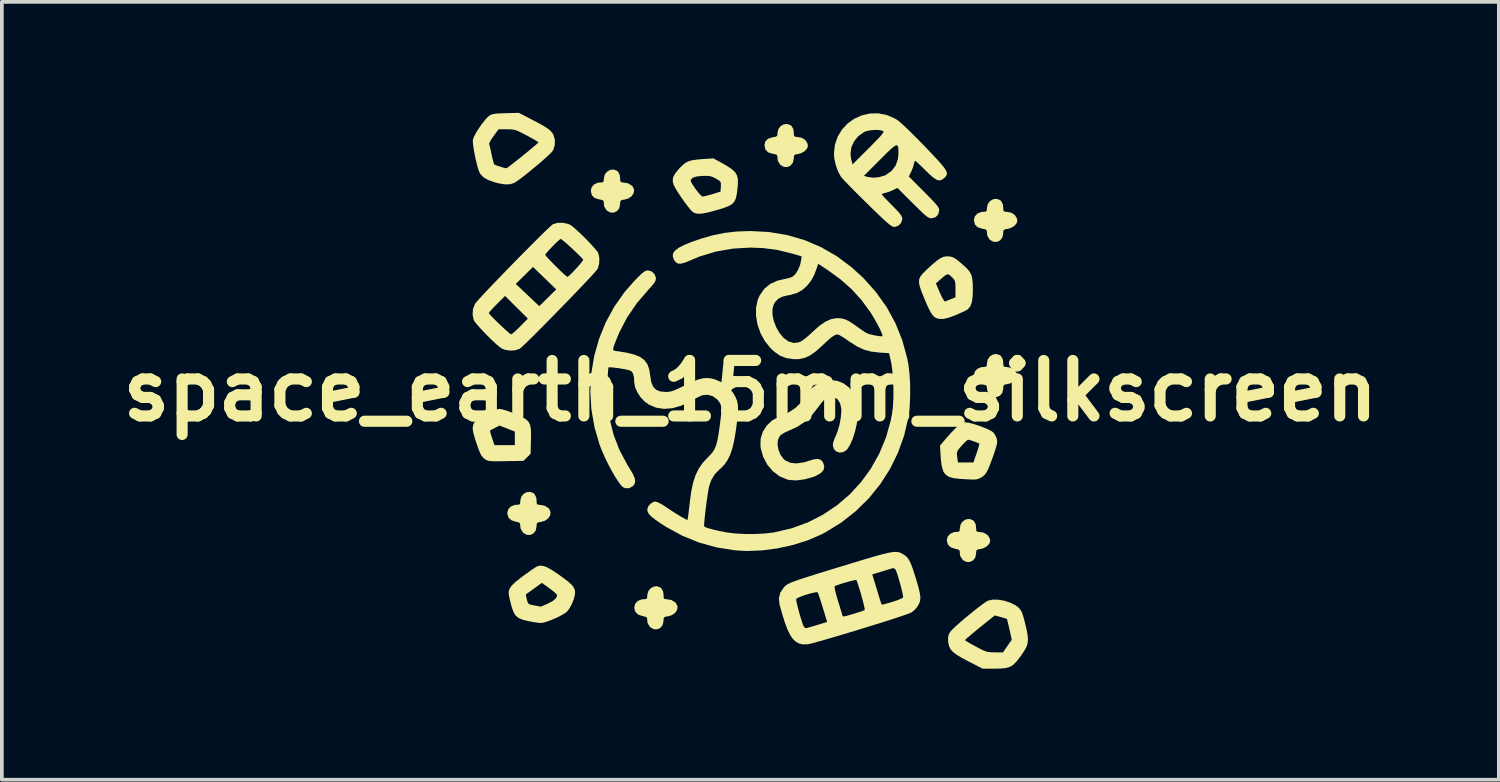
<source format=kicad_pcb>
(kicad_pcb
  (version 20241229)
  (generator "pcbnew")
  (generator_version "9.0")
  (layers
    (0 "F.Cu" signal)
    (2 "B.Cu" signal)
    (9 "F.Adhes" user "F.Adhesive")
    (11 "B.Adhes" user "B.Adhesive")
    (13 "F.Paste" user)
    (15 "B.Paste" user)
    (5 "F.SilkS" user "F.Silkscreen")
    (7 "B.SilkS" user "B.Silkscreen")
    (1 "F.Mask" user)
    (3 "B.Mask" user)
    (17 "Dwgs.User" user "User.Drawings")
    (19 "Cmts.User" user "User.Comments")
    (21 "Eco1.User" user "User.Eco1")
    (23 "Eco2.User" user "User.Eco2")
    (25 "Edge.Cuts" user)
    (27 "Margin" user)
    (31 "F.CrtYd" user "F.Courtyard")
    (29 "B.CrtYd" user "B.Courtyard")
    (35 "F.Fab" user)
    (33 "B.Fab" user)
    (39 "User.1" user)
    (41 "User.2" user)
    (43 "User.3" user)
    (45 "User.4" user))
  (footprint "space_earth_15mm_silkscreen"
    (layer "F.Cu")
    (at 17.229 7.513)
    (property "Reference" "space_earth_15mm_silkscreen" (at 0 0 0) (layer "F.SilkS") (effects (font (size 1.5 1.5) (thickness 0.3))))
    (attr board_only exclude_from_pos_files exclude_from_bom)
    (fp_poly (pts (xy -5.865 2.763) (xy -5.837 2.786) (xy -5.788 2.877) (xy -5.778 2.962) (xy -5.775 3.038) (xy -5.756 3.071) (xy -5.709 3.079) (xy -5.688 3.08) (xy -5.562 3.103) (xy -5.458 3.168) (xy -5.434 3.194) (xy -5.399 3.281) (xy -5.413 3.371) (xy -5.469 3.452) (xy -5.559 3.513) (xy -5.653 3.54) (xy -5.731 3.554) (xy -5.767 3.577) (xy -5.778 3.627) (xy -5.778 3.665) (xy -5.801 3.775) (xy -5.862 3.853) (xy -5.947 3.894) (xy -6.042 3.891) (xy -6.136 3.839) (xy -6.146 3.829) (xy -6.207 3.73) (xy -6.218 3.657) (xy -6.223 3.592) (xy -6.248 3.559) (xy -6.311 3.542) (xy -6.336 3.538) (xy -6.461 3.496) (xy -6.539 3.421) (xy -6.57 3.315) (xy -6.57 3.302) (xy -6.544 3.201) (xy -6.472 3.125) (xy -6.367 3.084) (xy -6.317 3.08) (xy -6.251 3.075) (xy -6.224 3.049) (xy -6.218 2.984) (xy -6.218 2.976) (xy -6.195 2.87) (xy -6.134 2.789) (xy -6.05 2.74) (xy -5.955 2.729)) (stroke (width 0) (type solid)) (fill yes) (layer "F.SilkS"))
    (fp_poly (pts (xy -3.606 -5.948) (xy -3.578 -5.925) (xy -3.529 -5.834) (xy -3.52 -5.749) (xy -3.516 -5.674) (xy -3.497 -5.64) (xy -3.45 -5.632) (xy -3.43 -5.631) (xy -3.303 -5.608) (xy -3.2 -5.543) (xy -3.176 -5.517) (xy -3.141 -5.43) (xy -3.155 -5.34) (xy -3.211 -5.259) (xy -3.301 -5.198) (xy -3.395 -5.171) (xy -3.473 -5.158) (xy -3.509 -5.134) (xy -3.519 -5.084) (xy -3.52 -5.046) (xy -3.543 -4.936) (xy -3.603 -4.858) (xy -3.688 -4.817) (xy -3.784 -4.82) (xy -3.877 -4.872) (xy -3.888 -4.882) (xy -3.949 -4.981) (xy -3.96 -5.055) (xy -3.963 -5.117) (xy -3.986 -5.15) (xy -4.042 -5.167) (xy -4.091 -5.175) (xy -4.21 -5.213) (xy -4.283 -5.285) (xy -4.311 -5.394) (xy -4.312 -5.416) (xy -4.285 -5.512) (xy -4.214 -5.586) (xy -4.111 -5.627) (xy -4.058 -5.631) (xy -3.992 -5.636) (xy -3.965 -5.662) (xy -3.96 -5.727) (xy -3.96 -5.735) (xy -3.936 -5.841) (xy -3.876 -5.922) (xy -3.791 -5.971) (xy -3.697 -5.982)) (stroke (width 0) (type solid)) (fill yes) (layer "F.SilkS"))
    (fp_poly (pts (xy -2.433 5.315) (xy -2.405 5.338) (xy -2.356 5.429) (xy -2.346 5.514) (xy -2.343 5.589) (xy -2.324 5.623) (xy -2.277 5.631) (xy -2.257 5.631) (xy -2.13 5.655) (xy -2.027 5.719) (xy -2.003 5.746) (xy -1.967 5.833) (xy -1.981 5.923) (xy -2.037 6.004) (xy -2.128 6.065) (xy -2.222 6.092) (xy -2.3 6.105) (xy -2.336 6.129) (xy -2.346 6.179) (xy -2.346 6.22) (xy -2.37 6.327) (xy -2.431 6.404) (xy -2.517 6.444) (xy -2.613 6.441) (xy -2.705 6.389) (xy -2.714 6.381) (xy -2.776 6.282) (xy -2.786 6.208) (xy -2.791 6.144) (xy -2.816 6.111) (xy -2.879 6.094) (xy -2.904 6.089) (xy -3.029 6.048) (xy -3.108 5.973) (xy -3.138 5.866) (xy -3.138 5.854) (xy -3.112 5.752) (xy -3.04 5.676) (xy -2.935 5.636) (xy -2.885 5.631) (xy -2.819 5.627) (xy -2.792 5.601) (xy -2.786 5.536) (xy -2.786 5.527) (xy -2.763 5.422) (xy -2.702 5.341) (xy -2.618 5.292) (xy -2.524 5.28)) (stroke (width 0) (type solid)) (fill yes) (layer "F.SilkS"))
    (fp_poly (pts (xy 1.088 -7.179) (xy 1.115 -7.157) (xy 1.164 -7.066) (xy 1.173 -6.981) (xy 1.177 -6.905) (xy 1.196 -6.872) (xy 1.242 -6.863) (xy 1.26 -6.863) (xy 1.385 -6.841) (xy 1.483 -6.779) (xy 1.542 -6.688) (xy 1.555 -6.614) (xy 1.528 -6.541) (xy 1.46 -6.472) (xy 1.367 -6.421) (xy 1.298 -6.403) (xy 1.22 -6.389) (xy 1.184 -6.366) (xy 1.174 -6.316) (xy 1.173 -6.278) (xy 1.15 -6.168) (xy 1.089 -6.09) (xy 1.005 -6.049) (xy 0.909 -6.052) (xy 0.816 -6.104) (xy 0.805 -6.114) (xy 0.744 -6.213) (xy 0.733 -6.287) (xy 0.729 -6.349) (xy 0.707 -6.382) (xy 0.651 -6.399) (xy 0.602 -6.407) (xy 0.482 -6.445) (xy 0.41 -6.517) (xy 0.382 -6.626) (xy 0.381 -6.645) (xy 0.407 -6.745) (xy 0.481 -6.815) (xy 0.604 -6.854) (xy 0.614 -6.855) (xy 0.69 -6.869) (xy 0.724 -6.894) (xy 0.733 -6.946) (xy 0.733 -6.971) (xy 0.757 -7.075) (xy 0.818 -7.155) (xy 0.903 -7.203) (xy 0.998 -7.213)) (stroke (width 0) (type solid)) (fill yes) (layer "F.SilkS"))
    (fp_poly (pts (xy 6.014 3.496) (xy 6.042 3.52) (xy 6.091 3.61) (xy 6.101 3.696) (xy 6.104 3.771) (xy 6.123 3.804) (xy 6.17 3.813) (xy 6.187 3.813) (xy 6.313 3.835) (xy 6.411 3.897) (xy 6.47 3.988) (xy 6.482 4.062) (xy 6.456 4.135) (xy 6.388 4.204) (xy 6.294 4.256) (xy 6.225 4.273) (xy 6.147 4.287) (xy 6.111 4.31) (xy 6.101 4.361) (xy 6.101 4.401) (xy 6.077 4.509) (xy 6.016 4.585) (xy 5.93 4.625) (xy 5.834 4.623) (xy 5.742 4.571) (xy 5.733 4.562) (xy 5.671 4.463) (xy 5.661 4.39) (xy 5.656 4.325) (xy 5.631 4.292) (xy 5.568 4.275) (xy 5.543 4.271) (xy 5.418 4.23) (xy 5.339 4.155) (xy 5.309 4.048) (xy 5.309 4.035) (xy 5.335 3.934) (xy 5.407 3.858) (xy 5.512 3.817) (xy 5.562 3.813) (xy 5.628 3.808) (xy 5.655 3.782) (xy 5.661 3.717) (xy 5.661 3.709) (xy 5.684 3.603) (xy 5.745 3.522) (xy 5.829 3.473) (xy 5.923 3.462)) (stroke (width 0) (type solid)) (fill yes) (layer "F.SilkS"))
    (fp_poly (pts (xy 6.747 -5.156) (xy 6.775 -5.133) (xy 6.824 -5.042) (xy 6.834 -4.957) (xy 6.837 -4.882) (xy 6.856 -4.848) (xy 6.903 -4.84) (xy 6.921 -4.839) (xy 7.046 -4.817) (xy 7.144 -4.756) (xy 7.203 -4.664) (xy 7.215 -4.59) (xy 7.189 -4.517) (xy 7.121 -4.448) (xy 7.027 -4.397) (xy 6.959 -4.379) (xy 6.881 -4.366) (xy 6.845 -4.342) (xy 6.834 -4.292) (xy 6.834 -4.254) (xy 6.811 -4.144) (xy 6.75 -4.066) (xy 6.665 -4.025) (xy 6.57 -4.028) (xy 6.476 -4.08) (xy 6.466 -4.09) (xy 6.405 -4.189) (xy 6.394 -4.263) (xy 6.39 -4.325) (xy 6.368 -4.358) (xy 6.312 -4.375) (xy 6.262 -4.383) (xy 6.143 -4.421) (xy 6.071 -4.493) (xy 6.043 -4.602) (xy 6.042 -4.624) (xy 6.069 -4.72) (xy 6.14 -4.794) (xy 6.243 -4.835) (xy 6.295 -4.839) (xy 6.361 -4.844) (xy 6.388 -4.87) (xy 6.394 -4.935) (xy 6.394 -4.943) (xy 6.417 -5.049) (xy 6.478 -5.13) (xy 6.562 -5.179) (xy 6.657 -5.19)) (stroke (width 0) (type solid)) (fill yes) (layer "F.SilkS"))
    (fp_poly (pts (xy 6.747 -0.962) (xy 6.775 -0.939) (xy 6.824 -0.848) (xy 6.834 -0.763) (xy 6.837 -0.687) (xy 6.856 -0.654) (xy 6.903 -0.645) (xy 6.921 -0.645) (xy 7.046 -0.623) (xy 7.144 -0.561) (xy 7.203 -0.47) (xy 7.215 -0.396) (xy 7.189 -0.323) (xy 7.121 -0.254) (xy 7.027 -0.203) (xy 6.959 -0.185) (xy 6.881 -0.171) (xy 6.845 -0.148) (xy 6.834 -0.097) (xy 6.834 -0.057) (xy 6.81 0.051) (xy 6.749 0.127) (xy 6.663 0.167) (xy 6.567 0.164) (xy 6.475 0.113) (xy 6.466 0.104) (xy 6.405 0.005) (xy 6.394 -0.069) (xy 6.39 -0.131) (xy 6.368 -0.164) (xy 6.312 -0.181) (xy 6.262 -0.189) (xy 6.143 -0.227) (xy 6.071 -0.298) (xy 6.043 -0.407) (xy 6.042 -0.43) (xy 6.069 -0.526) (xy 6.14 -0.6) (xy 6.243 -0.641) (xy 6.295 -0.645) (xy 6.361 -0.65) (xy 6.388 -0.676) (xy 6.394 -0.741) (xy 6.394 -0.749) (xy 6.417 -0.855) (xy 6.478 -0.936) (xy 6.562 -0.985) (xy 6.657 -0.996)) (stroke (width 0) (type solid)) (fill yes) (layer "F.SilkS"))
    (fp_poly (pts (xy -6.707 0.5) (xy -6.6 0.531) (xy -6.472 0.576) (xy -6.365 0.619) (xy -6.203 0.69) (xy -6.086 0.754) (xy -6.007 0.821) (xy -5.959 0.902) (xy -5.935 1.008) (xy -5.927 1.152) (xy -5.93 1.327) (xy -5.939 1.7) (xy -6.035 1.796) (xy -6.131 1.892) (xy -6.607 1.9) (xy -6.789 1.903) (xy -6.922 1.903) (xy -7.016 1.899) (xy -7.08 1.89) (xy -7.124 1.876) (xy -7.157 1.858) (xy -7.211 1.816) (xy -7.254 1.77) (xy -7.291 1.709) (xy -7.329 1.621) (xy -7.375 1.495) (xy -7.405 1.408) (xy -7.459 1.238) (xy -7.492 1.111) (xy -7.497 1.072) (xy -7.035 1.072) (xy -7.032 1.102) (xy -7.013 1.173) (xy -6.983 1.269) (xy -6.981 1.274) (xy -6.917 1.467) (xy -6.641 1.467) (xy -6.365 1.467) (xy -6.365 1.283) (xy -6.365 1.1) (xy -6.572 1.019) (xy -6.779 0.939) (xy -6.902 1.001) (xy -6.976 1.04) (xy -7.026 1.066) (xy -7.035 1.072) (xy -7.497 1.072) (xy -7.504 1.014) (xy -7.496 0.937) (xy -7.468 0.868) (xy -7.45 0.836) (xy -7.39 0.774) (xy -7.29 0.702) (xy -7.165 0.63) (xy -7.032 0.565) (xy -6.905 0.516) (xy -6.801 0.49) (xy -6.775 0.489)) (stroke (width 0) (type solid)) (fill yes) (layer "F.SilkS"))
    (fp_poly (pts (xy 5.397 -3.631) (xy 5.464 -3.614) (xy 5.534 -3.578) (xy 5.618 -3.515) (xy 5.73 -3.42) (xy 5.76 -3.394) (xy 5.859 -3.302) (xy 5.928 -3.218) (xy 5.973 -3.131) (xy 5.998 -3.025) (xy 6.01 -2.888) (xy 6.013 -2.717) (xy 6.006 -2.526) (xy 5.982 -2.383) (xy 5.941 -2.279) (xy 5.878 -2.207) (xy 5.855 -2.19) (xy 5.799 -2.16) (xy 5.705 -2.116) (xy 5.589 -2.065) (xy 5.534 -2.041) (xy 5.359 -1.977) (xy 5.221 -1.944) (xy 5.11 -1.943) (xy 5.027 -1.965) (xy 4.974 -1.995) (xy 4.923 -2.047) (xy 4.87 -2.128) (xy 4.81 -2.246) (xy 4.738 -2.408) (xy 4.695 -2.511) (xy 4.623 -2.69) (xy 4.577 -2.827) (xy 4.562 -2.904) (xy 5.014 -2.904) (xy 5.121 -2.653) (xy 5.172 -2.543) (xy 5.218 -2.462) (xy 5.251 -2.419) (xy 5.262 -2.415) (xy 5.307 -2.433) (xy 5.384 -2.464) (xy 5.419 -2.478) (xy 5.543 -2.529) (xy 5.543 -2.754) (xy 5.542 -2.87) (xy 5.534 -2.945) (xy 5.514 -2.997) (xy 5.477 -3.044) (xy 5.443 -3.077) (xy 5.391 -3.126) (xy 5.35 -3.149) (xy 5.307 -3.145) (xy 5.25 -3.109) (xy 5.167 -3.039) (xy 5.122 -2.999) (xy 5.014 -2.904) (xy 4.562 -2.904) (xy 4.556 -2.932) (xy 4.563 -3.018) (xy 4.599 -3.096) (xy 4.664 -3.176) (xy 4.76 -3.271) (xy 4.772 -3.282) (xy 4.919 -3.417) (xy 5.035 -3.514) (xy 5.128 -3.579) (xy 5.206 -3.617) (xy 5.279 -3.634) (xy 5.321 -3.636)) (stroke (width 0) (type solid)) (fill yes) (layer "F.SilkS"))
    (fp_poly (pts (xy 5.905 0.862) (xy 6.022 0.893) (xy 6.159 0.936) (xy 6.297 0.988) (xy 6.422 1.04) (xy 6.518 1.089) (xy 6.56 1.119) (xy 6.615 1.192) (xy 6.656 1.285) (xy 6.659 1.293) (xy 6.669 1.344) (xy 6.669 1.398) (xy 6.656 1.467) (xy 6.629 1.563) (xy 6.585 1.696) (xy 6.556 1.779) (xy 6.489 1.962) (xy 6.435 2.097) (xy 6.386 2.195) (xy 6.337 2.264) (xy 6.283 2.313) (xy 6.22 2.352) (xy 6.216 2.354) (xy 6.172 2.374) (xy 6.129 2.388) (xy 6.076 2.396) (xy 6.003 2.397) (xy 5.897 2.393) (xy 5.749 2.384) (xy 5.659 2.378) (xy 5.491 2.359) (xy 5.365 2.323) (xy 5.274 2.263) (xy 5.212 2.171) (xy 5.173 2.038) (xy 5.149 1.859) (xy 5.142 1.763) (xy 5.137 1.677) (xy 5.582 1.677) (xy 5.584 1.741) (xy 5.59 1.788) (xy 5.61 1.936) (xy 5.819 1.936) (xy 6.028 1.936) (xy 6.114 1.687) (xy 6.151 1.576) (xy 6.177 1.488) (xy 6.188 1.436) (xy 6.187 1.428) (xy 6.146 1.407) (xy 6.072 1.377) (xy 5.988 1.347) (xy 5.917 1.326) (xy 5.887 1.32) (xy 5.852 1.341) (xy 5.791 1.396) (xy 5.718 1.473) (xy 5.711 1.481) (xy 5.639 1.565) (xy 5.598 1.625) (xy 5.582 1.677) (xy 5.137 1.677) (xy 5.125 1.478) (xy 5.3 1.274) (xy 5.444 1.112) (xy 5.56 0.994) (xy 5.656 0.914) (xy 5.736 0.868) (xy 5.807 0.851) (xy 5.821 0.851)) (stroke (width 0) (type solid)) (fill yes) (layer "F.SilkS"))
    (fp_poly (pts (xy -0.801 -6.175) (xy -0.626 -6.075) (xy -0.498 -5.989) (xy -0.412 -5.908) (xy -0.36 -5.82) (xy -0.338 -5.717) (xy -0.337 -5.588) (xy -0.348 -5.469) (xy -0.367 -5.317) (xy -0.392 -5.202) (xy -0.432 -5.115) (xy -0.494 -5.048) (xy -0.586 -4.993) (xy -0.717 -4.943) (xy -0.895 -4.889) (xy -0.955 -4.872) (xy -1.144 -4.822) (xy -1.288 -4.793) (xy -1.397 -4.785) (xy -1.48 -4.796) (xy -1.546 -4.827) (xy -1.564 -4.84) (xy -1.616 -4.894) (xy -1.69 -4.985) (xy -1.777 -5.1) (xy -1.866 -5.227) (xy -1.951 -5.353) (xy -2.02 -5.465) (xy -2.066 -5.55) (xy -2.071 -5.561) (xy -2.099 -5.666) (xy -2.098 -5.679) (xy -1.613 -5.679) (xy -1.596 -5.632) (xy -1.552 -5.558) (xy -1.492 -5.471) (xy -1.425 -5.382) (xy -1.362 -5.308) (xy -1.313 -5.26) (xy -1.293 -5.25) (xy -1.244 -5.259) (xy -1.156 -5.28) (xy -1.047 -5.311) (xy -1.027 -5.317) (xy -0.807 -5.384) (xy -0.798 -5.519) (xy -0.795 -5.598) (xy -0.808 -5.647) (xy -0.848 -5.686) (xy -0.928 -5.734) (xy -0.93 -5.735) (xy -1.013 -5.778) (xy -1.087 -5.802) (xy -1.176 -5.81) (xy -1.291 -5.809) (xy -1.452 -5.794) (xy -1.557 -5.76) (xy -1.608 -5.707) (xy -1.613 -5.679) (xy -2.098 -5.679) (xy -2.089 -5.766) (xy -2.036 -5.871) (xy -1.937 -5.993) (xy -1.914 -6.018) (xy -1.826 -6.105) (xy -1.746 -6.167) (xy -1.662 -6.208) (xy -1.558 -6.235) (xy -1.42 -6.253) (xy -1.284 -6.264) (xy -1 -6.283)) (stroke (width 0) (type solid)) (fill yes) (layer "F.SilkS"))
    (fp_poly (pts (xy 6.697 5.644) (xy 6.863 5.672) (xy 7.024 5.724) (xy 7.164 5.794) (xy 7.236 5.847) (xy 7.288 5.902) (xy 7.328 5.964) (xy 7.361 6.047) (xy 7.396 6.169) (xy 7.409 6.22) (xy 7.459 6.423) (xy 7.49 6.583) (xy 7.502 6.711) (xy 7.493 6.819) (xy 7.461 6.919) (xy 7.405 7.023) (xy 7.323 7.145) (xy 7.284 7.198) (xy 7.188 7.321) (xy 7.1 7.407) (xy 7.006 7.462) (xy 6.891 7.493) (xy 6.741 7.506) (xy 6.607 7.508) (xy 6.278 7.509) (xy 5.893 7.311) (xy 5.708 7.212) (xy 5.57 7.128) (xy 5.472 7.053) (xy 5.407 6.978) (xy 5.369 6.898) (xy 5.349 6.804) (xy 5.345 6.766) (xy 5.345 6.739) (xy 5.798 6.739) (xy 5.824 6.758) (xy 5.892 6.798) (xy 5.99 6.854) (xy 6.091 6.91) (xy 6.22 6.978) (xy 6.315 7.023) (xy 6.391 7.05) (xy 6.466 7.062) (xy 6.555 7.067) (xy 6.602 7.067) (xy 6.825 7.069) (xy 6.945 6.898) (xy 7.065 6.727) (xy 7.003 6.45) (xy 6.976 6.331) (xy 6.953 6.236) (xy 6.938 6.177) (xy 6.934 6.165) (xy 6.905 6.153) (xy 6.835 6.132) (xy 6.765 6.113) (xy 6.603 6.07) (xy 6.198 6.397) (xy 6.068 6.504) (xy 5.956 6.597) (xy 5.868 6.671) (xy 5.814 6.721) (xy 5.798 6.739) (xy 5.345 6.739) (xy 5.343 6.659) (xy 5.363 6.58) (xy 5.401 6.513) (xy 5.45 6.458) (xy 5.536 6.375) (xy 5.65 6.273) (xy 5.782 6.159) (xy 5.924 6.042) (xy 6.065 5.928) (xy 6.197 5.825) (xy 6.309 5.742) (xy 6.393 5.686) (xy 6.423 5.67) (xy 6.545 5.642)) (stroke (width 0) (type solid)) (fill yes) (layer "F.SilkS"))
    (fp_poly (pts (xy -5.616 4.728) (xy -5.512 4.761) (xy -5.384 4.83) (xy -5.223 4.935) (xy -5.171 4.972) (xy -5.019 5.082) (xy -4.909 5.168) (xy -4.833 5.237) (xy -4.784 5.295) (xy -4.755 5.352) (xy -4.738 5.414) (xy -4.738 5.417) (xy -4.741 5.506) (xy -4.771 5.625) (xy -4.821 5.753) (xy -4.884 5.872) (xy -4.949 5.96) (xy -5.018 6.014) (xy -5.126 6.076) (xy -5.256 6.14) (xy -5.393 6.198) (xy -5.521 6.244) (xy -5.624 6.271) (xy -5.664 6.274) (xy -5.74 6.267) (xy -5.851 6.251) (xy -5.978 6.227) (xy -6.01 6.221) (xy -6.158 6.184) (xy -6.266 6.138) (xy -6.344 6.073) (xy -6.402 5.977) (xy -6.45 5.842) (xy -6.483 5.714) (xy -6.513 5.585) (xy -6.529 5.5) (xy -6.065 5.5) (xy -6.064 5.53) (xy -6.051 5.597) (xy -6.041 5.638) (xy -6.02 5.712) (xy -5.993 5.754) (xy -5.945 5.778) (xy -5.857 5.796) (xy -5.842 5.799) (xy -5.751 5.815) (xy -5.689 5.828) (xy -5.671 5.832) (xy -5.644 5.824) (xy -5.578 5.796) (xy -5.485 5.756) (xy -5.475 5.751) (xy -5.334 5.676) (xy -5.25 5.6) (xy -5.221 5.523) (xy -5.221 5.518) (xy -5.243 5.489) (xy -5.302 5.436) (xy -5.388 5.368) (xy -5.427 5.339) (xy -5.634 5.189) (xy -5.845 5.341) (xy -5.94 5.41) (xy -6.015 5.464) (xy -6.059 5.495) (xy -6.065 5.5) (xy -6.529 5.5) (xy -6.529 5.498) (xy -6.533 5.438) (xy -6.524 5.391) (xy -6.503 5.34) (xy -6.5 5.334) (xy -6.448 5.261) (xy -6.351 5.167) (xy -6.205 5.051) (xy -6.151 5.01) (xy -6.03 4.923) (xy -5.921 4.845) (xy -5.834 4.786) (xy -5.782 4.754) (xy -5.781 4.753) (xy -5.703 4.726)) (stroke (width 0) (type solid)) (fill yes) (layer "F.SilkS"))
    (fp_poly (pts (xy 2.353 -0.268) (xy 2.516 -0.202) (xy 2.662 -0.095) (xy 2.783 0.05) (xy 2.87 0.232) (xy 2.901 0.349) (xy 2.915 0.506) (xy 2.906 0.692) (xy 2.876 0.893) (xy 2.83 1.095) (xy 2.77 1.284) (xy 2.7 1.447) (xy 2.624 1.57) (xy 2.598 1.599) (xy 2.507 1.657) (xy 2.41 1.669) (xy 2.322 1.639) (xy 2.257 1.573) (xy 2.229 1.475) (xy 2.229 1.466) (xy 2.242 1.387) (xy 2.276 1.288) (xy 2.299 1.238) (xy 2.359 1.089) (xy 2.41 0.91) (xy 2.444 0.725) (xy 2.459 0.557) (xy 2.457 0.481) (xy 2.425 0.333) (xy 2.355 0.227) (xy 2.252 0.167) (xy 2.231 0.162) (xy 2.147 0.156) (xy 2.069 0.182) (xy 1.988 0.247) (xy 1.896 0.355) (xy 1.84 0.433) (xy 1.662 0.659) (xy 1.475 0.835) (xy 1.265 0.974) (xy 1.019 1.085) (xy 1.016 1.086) (xy 0.916 1.133) (xy 0.83 1.188) (xy 0.793 1.223) (xy 0.745 1.327) (xy 0.735 1.457) (xy 0.76 1.597) (xy 0.815 1.73) (xy 0.898 1.841) (xy 0.946 1.882) (xy 1.083 1.945) (xy 1.253 1.961) (xy 1.45 1.931) (xy 1.567 1.895) (xy 1.717 1.851) (xy 1.826 1.84) (xy 1.904 1.864) (xy 1.958 1.924) (xy 1.963 1.932) (xy 1.998 2.042) (xy 1.978 2.14) (xy 1.901 2.225) (xy 1.768 2.299) (xy 1.686 2.331) (xy 1.457 2.393) (xy 1.242 2.42) (xy 1.054 2.409) (xy 0.996 2.396) (xy 0.789 2.309) (xy 0.608 2.173) (xy 0.46 1.998) (xy 0.349 1.791) (xy 0.282 1.558) (xy 0.273 1.494) (xy 0.277 1.295) (xy 0.335 1.108) (xy 0.441 0.941) (xy 0.59 0.8) (xy 0.777 0.694) (xy 0.821 0.677) (xy 1.032 0.584) (xy 1.209 0.469) (xy 1.365 0.319) (xy 1.512 0.124) (xy 1.55 0.067) (xy 1.682 -0.094) (xy 1.836 -0.206) (xy 2.005 -0.271) (xy 2.18 -0.291)) (stroke (width 0) (type solid)) (fill yes) (layer "F.SilkS"))
    (fp_poly (pts (xy -5.877 -7.317) (xy -5.699 -7.223) (xy -5.566 -7.147) (xy -5.47 -7.084) (xy -5.401 -7.027) (xy -5.353 -6.97) (xy -5.321 -6.916) (xy -5.283 -6.789) (xy -5.286 -6.646) (xy -5.326 -6.514) (xy -5.346 -6.479) (xy -5.391 -6.429) (xy -5.473 -6.35) (xy -5.584 -6.251) (xy -5.714 -6.138) (xy -5.855 -6.021) (xy -5.996 -5.905) (xy -6.13 -5.799) (xy -6.246 -5.71) (xy -6.337 -5.646) (xy -6.384 -5.618) (xy -6.497 -5.583) (xy -6.636 -5.58) (xy -6.808 -5.609) (xy -6.904 -5.635) (xy -7.082 -5.697) (xy -7.21 -5.769) (xy -7.295 -5.857) (xy -7.317 -5.894) (xy -7.349 -5.975) (xy -7.384 -6.095) (xy -7.419 -6.24) (xy -7.452 -6.395) (xy -7.478 -6.543) (xy -7.496 -6.671) (xy -7.496 -6.679) (xy -7.06 -6.679) (xy -7.059 -6.675) (xy -7.048 -6.633) (xy -7.028 -6.55) (xy -7.004 -6.439) (xy -6.995 -6.394) (xy -6.969 -6.279) (xy -6.945 -6.185) (xy -6.926 -6.129) (xy -6.921 -6.121) (xy -6.886 -6.102) (xy -6.814 -6.076) (xy -6.726 -6.048) (xy -6.643 -6.025) (xy -6.595 -6.015) (xy -6.567 -6.032) (xy -6.501 -6.08) (xy -6.405 -6.154) (xy -6.286 -6.248) (xy -6.155 -6.353) (xy -6.021 -6.462) (xy -5.904 -6.559) (xy -5.811 -6.637) (xy -5.75 -6.69) (xy -5.727 -6.713) (xy -5.749 -6.733) (xy -5.813 -6.774) (xy -5.91 -6.83) (xy -6.03 -6.895) (xy -6.039 -6.9) (xy -6.175 -6.971) (xy -6.275 -7.019) (xy -6.352 -7.048) (xy -6.423 -7.062) (xy -6.503 -7.068) (xy -6.581 -7.069) (xy -6.805 -7.069) (xy -6.938 -6.888) (xy -7 -6.797) (xy -7.043 -6.723) (xy -7.06 -6.679) (xy -7.496 -6.679) (xy -7.501 -6.762) (xy -7.5 -6.78) (xy -7.474 -6.859) (xy -7.418 -6.967) (xy -7.342 -7.09) (xy -7.255 -7.214) (xy -7.167 -7.326) (xy -7.087 -7.41) (xy -7.059 -7.432) (xy -7.016 -7.459) (xy -6.963 -7.478) (xy -6.889 -7.49) (xy -6.781 -7.498) (xy -6.627 -7.503) (xy -6.616 -7.504) (xy -6.255 -7.513)) (stroke (width 0) (type solid)) (fill yes) (layer "F.SilkS"))
    (fp_poly (pts (xy -4.936 -4.515) (xy -4.875 -4.49) (xy -4.81 -4.445) (xy -4.719 -4.368) (xy -4.61 -4.268) (xy -4.492 -4.154) (xy -4.376 -4.036) (xy -4.27 -3.923) (xy -4.183 -3.823) (xy -4.125 -3.748) (xy -4.108 -3.716) (xy -4.081 -3.585) (xy -4.086 -3.441) (xy -4.12 -3.313) (xy -4.129 -3.294) (xy -4.161 -3.254) (xy -4.228 -3.177) (xy -4.327 -3.068) (xy -4.453 -2.934) (xy -4.601 -2.779) (xy -4.765 -2.608) (xy -4.94 -2.426) (xy -5.123 -2.238) (xy -5.307 -2.05) (xy -5.487 -1.867) (xy -5.659 -1.693) (xy -5.818 -1.534) (xy -5.959 -1.394) (xy -6.076 -1.28) (xy -6.165 -1.196) (xy -6.221 -1.147) (xy -6.233 -1.139) (xy -6.346 -1.098) (xy -6.484 -1.088) (xy -6.624 -1.107) (xy -6.717 -1.143) (xy -6.779 -1.187) (xy -6.869 -1.263) (xy -6.976 -1.363) (xy -7.092 -1.477) (xy -7.208 -1.595) (xy -7.314 -1.709) (xy -7.4 -1.808) (xy -7.459 -1.884) (xy -7.478 -1.917) (xy -7.507 -2.065) (xy -7.504 -2.103) (xy -7.069 -2.103) (xy -7.048 -2.074) (xy -6.994 -2.014) (xy -6.915 -1.933) (xy -6.822 -1.841) (xy -6.723 -1.747) (xy -6.628 -1.659) (xy -6.547 -1.587) (xy -6.49 -1.54) (xy -6.467 -1.526) (xy -6.435 -1.545) (xy -6.372 -1.598) (xy -6.289 -1.675) (xy -6.225 -1.738) (xy -6.013 -1.952) (xy -6.321 -2.258) (xy -6.628 -2.565) (xy -6.849 -2.347) (xy -6.939 -2.254) (xy -7.012 -2.177) (xy -7.057 -2.123) (xy -7.069 -2.103) (xy -7.504 -2.103) (xy -7.494 -2.219) (xy -7.442 -2.351) (xy -7.407 -2.397) (xy -7.335 -2.477) (xy -7.233 -2.589) (xy -7.105 -2.725) (xy -6.956 -2.882) (xy -6.949 -2.889) (xy -6.34 -2.889) (xy -6.022 -2.589) (xy -5.705 -2.289) (xy -5.475 -2.516) (xy -5.246 -2.742) (xy -5.56 -3.045) (xy -5.875 -3.348) (xy -6.107 -3.119) (xy -6.34 -2.889) (xy -6.949 -2.889) (xy -6.79 -3.054) (xy -6.614 -3.236) (xy -6.431 -3.424) (xy -6.247 -3.611) (xy -6.182 -3.677) (xy -5.543 -3.677) (xy -5.524 -3.647) (xy -5.47 -3.585) (xy -5.392 -3.503) (xy -5.3 -3.409) (xy -5.202 -3.311) (xy -5.108 -3.221) (xy -5.027 -3.146) (xy -4.968 -3.096) (xy -4.943 -3.08) (xy -4.911 -3.101) (xy -4.851 -3.156) (xy -4.772 -3.237) (xy -4.715 -3.298) (xy -4.631 -3.392) (xy -4.565 -3.471) (xy -4.525 -3.525) (xy -4.517 -3.542) (xy -4.537 -3.571) (xy -4.592 -3.629) (xy -4.672 -3.708) (xy -4.767 -3.799) (xy -4.868 -3.892) (xy -4.963 -3.978) (xy -5.045 -4.048) (xy -5.103 -4.094) (xy -5.126 -4.106) (xy -5.157 -4.086) (xy -5.216 -4.034) (xy -5.292 -3.96) (xy -5.373 -3.877) (xy -5.449 -3.796) (xy -5.509 -3.728) (xy -5.541 -3.684) (xy -5.543 -3.677) (xy -6.182 -3.677) (xy -6.067 -3.793) (xy -5.896 -3.965) (xy -5.739 -4.122) (xy -5.6 -4.259) (xy -5.485 -4.37) (xy -5.398 -4.451) (xy -5.345 -4.497) (xy -5.335 -4.504) (xy -5.216 -4.539) (xy -5.075 -4.542)) (stroke (width 0) (type solid)) (fill yes) (layer "F.SilkS"))
    (fp_poly (pts (xy 3.678 -7.458) (xy 3.898 -7.364) (xy 3.982 -7.312) (xy 4.043 -7.263) (xy 4.137 -7.179) (xy 4.258 -7.064) (xy 4.398 -6.927) (xy 4.551 -6.774) (xy 4.709 -6.612) (xy 4.723 -6.597) (xy 4.905 -6.406) (xy 5.05 -6.252) (xy 5.159 -6.129) (xy 5.237 -6.033) (xy 5.286 -5.958) (xy 5.31 -5.9) (xy 5.311 -5.852) (xy 5.293 -5.811) (xy 5.259 -5.771) (xy 5.241 -5.754) (xy 5.176 -5.705) (xy 5.112 -5.686) (xy 5.04 -5.702) (xy 4.954 -5.755) (xy 4.845 -5.849) (xy 4.737 -5.954) (xy 4.636 -6.054) (xy 4.55 -6.136) (xy 4.487 -6.193) (xy 4.456 -6.218) (xy 4.455 -6.218) (xy 4.437 -6.193) (xy 4.419 -6.13) (xy 4.417 -6.121) (xy 4.391 -6.031) (xy 4.35 -5.93) (xy 4.34 -5.909) (xy 4.282 -5.794) (xy 4.693 -5.382) (xy 4.835 -5.238) (xy 4.941 -5.128) (xy 5.016 -5.046) (xy 5.064 -4.984) (xy 5.091 -4.937) (xy 5.102 -4.898) (xy 5.103 -4.876) (xy 5.078 -4.77) (xy 5.008 -4.695) (xy 4.906 -4.664) (xy 4.891 -4.664) (xy 4.854 -4.668) (xy 4.812 -4.685) (xy 4.76 -4.72) (xy 4.691 -4.777) (xy 4.599 -4.864) (xy 4.476 -4.984) (xy 4.385 -5.074) (xy 3.973 -5.485) (xy 3.858 -5.427) (xy 3.76 -5.384) (xy 3.664 -5.354) (xy 3.646 -5.35) (xy 3.581 -5.332) (xy 3.549 -5.314) (xy 3.549 -5.312) (xy 3.569 -5.286) (xy 3.622 -5.226) (xy 3.703 -5.142) (xy 3.802 -5.041) (xy 3.828 -5.015) (xy 3.944 -4.897) (xy 4.024 -4.81) (xy 4.073 -4.745) (xy 4.099 -4.695) (xy 4.106 -4.65) (xy 4.106 -4.647) (xy 4.08 -4.548) (xy 4.011 -4.471) (xy 3.915 -4.432) (xy 3.884 -4.43) (xy 3.853 -4.437) (xy 3.813 -4.457) (xy 3.758 -4.496) (xy 3.684 -4.558) (xy 3.586 -4.646) (xy 3.461 -4.765) (xy 3.302 -4.919) (xy 3.164 -5.054) (xy 3 -5.215) (xy 2.847 -5.368) (xy 2.71 -5.506) (xy 2.595 -5.625) (xy 2.509 -5.716) (xy 2.457 -5.775) (xy 2.45 -5.784) (xy 2.434 -5.812) (xy 3.07 -5.812) (xy 3.17 -5.781) (xy 3.314 -5.761) (xy 3.476 -5.774) (xy 3.627 -5.818) (xy 3.657 -5.832) (xy 3.815 -5.943) (xy 3.926 -6.088) (xy 3.988 -6.265) (xy 4.002 -6.409) (xy 4.001 -6.513) (xy 3.994 -6.587) (xy 3.977 -6.629) (xy 3.945 -6.638) (xy 3.892 -6.612) (xy 3.814 -6.549) (xy 3.707 -6.448) (xy 3.565 -6.307) (xy 3.507 -6.249) (xy 3.07 -5.812) (xy 2.434 -5.812) (xy 2.373 -5.921) (xy 2.311 -6.091) (xy 2.27 -6.27) (xy 2.26 -6.392) (xy 2.706 -6.392) (xy 2.727 -6.249) (xy 2.762 -6.121) (xy 3.199 -6.557) (xy 3.345 -6.704) (xy 3.454 -6.816) (xy 3.529 -6.897) (xy 3.575 -6.954) (xy 3.595 -6.991) (xy 3.596 -7.013) (xy 3.585 -7.023) (xy 3.508 -7.045) (xy 3.396 -7.053) (xy 3.271 -7.045) (xy 3.155 -7.025) (xy 3.08 -6.998) (xy 2.919 -6.885) (xy 2.8 -6.74) (xy 2.727 -6.573) (xy 2.706 -6.392) (xy 2.26 -6.392) (xy 2.258 -6.409) (xy 2.285 -6.651) (xy 2.36 -6.871) (xy 2.477 -7.063) (xy 2.628 -7.226) (xy 2.809 -7.354) (xy 3.01 -7.445) (xy 3.227 -7.495) (xy 3.451 -7.5)) (stroke (width 0) (type solid)) (fill yes) (layer "F.SilkS"))
    (fp_poly (pts (xy 3.975 4.355) (xy 4.027 4.366) (xy 4.074 4.385) (xy 4.12 4.411) (xy 4.15 4.429) (xy 4.207 4.47) (xy 4.256 4.523) (xy 4.302 4.596) (xy 4.348 4.696) (xy 4.398 4.833) (xy 4.456 5.015) (xy 4.488 5.121) (xy 4.543 5.311) (xy 4.578 5.457) (xy 4.594 5.569) (xy 4.59 5.66) (xy 4.566 5.738) (xy 4.524 5.815) (xy 4.509 5.839) (xy 4.439 5.92) (xy 4.355 5.987) (xy 4.348 5.992) (xy 4.296 6.014) (xy 4.194 6.051) (xy 4.05 6.1) (xy 3.871 6.159) (xy 3.664 6.225) (xy 3.435 6.297) (xy 3.193 6.372) (xy 2.943 6.449) (xy 2.694 6.525) (xy 2.451 6.598) (xy 2.222 6.665) (xy 2.015 6.726) (xy 1.835 6.776) (xy 1.691 6.816) (xy 1.589 6.841) (xy 1.54 6.85) (xy 1.405 6.85) (xy 1.305 6.824) (xy 1.22 6.773) (xy 1.144 6.698) (xy 1.072 6.593) (xy 1.004 6.452) (xy 0.935 6.27) (xy 0.863 6.041) (xy 0.788 5.773) (xy 0.773 5.626) (xy 1.239 5.626) (xy 1.241 5.667) (xy 1.258 5.75) (xy 1.285 5.862) (xy 1.319 5.99) (xy 1.357 6.12) (xy 1.393 6.237) (xy 1.425 6.33) (xy 1.444 6.373) (xy 1.488 6.412) (xy 1.52 6.412) (xy 1.569 6.397) (xy 1.659 6.371) (xy 1.772 6.337) (xy 1.822 6.322) (xy 2.075 6.246) (xy 1.957 5.858) (xy 1.913 5.715) (xy 1.873 5.592) (xy 1.841 5.5) (xy 1.821 5.451) (xy 1.818 5.446) (xy 1.781 5.442) (xy 1.704 5.455) (xy 1.602 5.481) (xy 1.491 5.514) (xy 1.384 5.551) (xy 1.298 5.587) (xy 1.247 5.617) (xy 1.239 5.626) (xy 0.773 5.626) (xy 0.771 5.606) (xy 0.811 5.449) (xy 0.903 5.316) (xy 2.277 5.316) (xy 2.291 5.395) (xy 2.319 5.506) (xy 2.357 5.639) (xy 2.36 5.65) (xy 2.403 5.788) (xy 2.44 5.91) (xy 2.468 6.001) (xy 2.482 6.049) (xy 2.482 6.049) (xy 2.491 6.077) (xy 2.505 6.093) (xy 2.535 6.095) (xy 2.591 6.084) (xy 2.683 6.058) (xy 2.801 6.023) (xy 2.919 5.986) (xy 3.015 5.954) (xy 3.077 5.93) (xy 3.09 5.923) (xy 3.089 5.891) (xy 3.074 5.815) (xy 3.048 5.708) (xy 3.015 5.583) (xy 2.978 5.451) (xy 2.94 5.325) (xy 2.906 5.219) (xy 2.879 5.143) (xy 2.863 5.111) (xy 2.831 5.113) (xy 2.757 5.129) (xy 2.658 5.155) (xy 2.547 5.187) (xy 2.438 5.22) (xy 2.348 5.251) (xy 2.289 5.274) (xy 2.278 5.281) (xy 2.277 5.316) (xy 0.903 5.316) (xy 0.908 5.308) (xy 0.936 5.279) (xy 0.965 5.255) (xy 0.999 5.231) (xy 1.043 5.207) (xy 1.104 5.179) (xy 1.185 5.148) (xy 1.291 5.11) (xy 1.429 5.064) (xy 1.602 5.009) (xy 1.756 4.961) (xy 3.294 4.961) (xy 3.408 5.333) (xy 3.459 5.5) (xy 3.495 5.619) (xy 3.52 5.698) (xy 3.537 5.745) (xy 3.549 5.769) (xy 3.557 5.777) (xy 3.566 5.778) (xy 3.567 5.778) (xy 3.602 5.77) (xy 3.68 5.749) (xy 3.787 5.718) (xy 3.85 5.699) (xy 3.966 5.661) (xy 4.06 5.623) (xy 4.117 5.591) (xy 4.128 5.58) (xy 4.126 5.539) (xy 4.109 5.455) (xy 4.082 5.343) (xy 4.049 5.215) (xy 4.012 5.086) (xy 3.976 4.968) (xy 3.944 4.876) (xy 3.925 4.831) (xy 3.88 4.793) (xy 3.848 4.792) (xy 3.798 4.807) (xy 3.709 4.834) (xy 3.596 4.869) (xy 3.546 4.884) (xy 3.294 4.961) (xy 1.756 4.961) (xy 1.815 4.942) (xy 2.075 4.862) (xy 2.384 4.767) (xy 2.426 4.755) (xy 2.755 4.654) (xy 3.033 4.57) (xy 3.265 4.501) (xy 3.456 4.446) (xy 3.611 4.405) (xy 3.735 4.376) (xy 3.834 4.359) (xy 3.912 4.352)) (stroke (width 0) (type solid)) (fill yes) (layer "F.SilkS"))
    (fp_poly (pts (xy 0.51 -4.292) (xy 0.999 -4.21) (xy 1.468 -4.073) (xy 1.914 -3.882) (xy 2.339 -3.637) (xy 2.74 -3.337) (xy 3.052 -3.052) (xy 3.393 -2.67) (xy 3.684 -2.262) (xy 3.921 -1.827) (xy 4.106 -1.367) (xy 4.238 -0.884) (xy 4.27 -0.719) (xy 4.3 -0.474) (xy 4.317 -0.193) (xy 4.319 0.101) (xy 4.307 0.388) (xy 4.281 0.646) (xy 4.27 0.719) (xy 4.157 1.204) (xy 3.99 1.67) (xy 3.774 2.111) (xy 3.509 2.524) (xy 3.2 2.906) (xy 2.848 3.252) (xy 2.458 3.559) (xy 2.031 3.822) (xy 1.91 3.885) (xy 1.546 4.041) (xy 1.147 4.167) (xy 0.728 4.258) (xy 0.305 4.313) (xy -0.108 4.328) (xy -0.403 4.311) (xy -0.904 4.233) (xy -1.379 4.102) (xy -1.834 3.918) (xy -2.273 3.679) (xy -2.41 3.591) (xy -2.561 3.487) (xy -2.667 3.405) (xy -2.736 3.336) (xy -2.773 3.276) (xy -2.786 3.215) (xy -2.786 3.204) (xy -2.761 3.125) (xy -2.698 3.051) (xy -2.618 3.002) (xy -2.567 2.992) (xy -2.506 3.009) (xy -2.413 3.056) (xy -2.3 3.125) (xy -2.265 3.149) (xy -2.14 3.234) (xy -2.009 3.318) (xy -1.896 3.386) (xy -1.871 3.401) (xy -1.703 3.495) (xy -1.689 3.426) (xy -1.68 3.37) (xy -1.667 3.27) (xy -1.652 3.143) (xy -1.64 3.036) (xy -1.601 2.738) (xy -1.549 2.489) (xy -1.482 2.279) (xy -1.394 2.1) (xy -1.283 1.941) (xy -1.158 1.807) (xy -1.076 1.723) (xy -1.011 1.645) (xy -0.962 1.562) (xy -0.923 1.465) (xy -0.891 1.342) (xy -0.862 1.185) (xy -0.833 0.982) (xy -0.823 0.909) (xy -0.799 0.718) (xy -0.786 0.575) (xy -0.785 0.469) (xy -0.797 0.389) (xy -0.824 0.325) (xy -0.866 0.267) (xy -0.902 0.227) (xy -1.017 0.144) (xy -1.152 0.106) (xy -1.287 0.116) (xy -1.357 0.144) (xy -1.458 0.193) (xy -1.572 0.255) (xy -1.612 0.278) (xy -1.86 0.399) (xy -2.102 0.468) (xy -2.334 0.487) (xy -2.55 0.454) (xy -2.745 0.37) (xy -2.866 0.282) (xy -2.97 0.169) (xy -3.057 0.035) (xy -3.116 -0.101) (xy -3.138 -0.22) (xy -3.146 -0.367) (xy -3.17 -0.466) (xy -3.213 -0.527) (xy -3.267 -0.555) (xy -3.344 -0.574) (xy -3.449 -0.594) (xy -3.564 -0.613) (xy -3.676 -0.627) (xy -3.767 -0.636) (xy -3.824 -0.637) (xy -3.834 -0.634) (xy -3.84 -0.601) (xy -3.847 -0.519) (xy -3.855 -0.399) (xy -3.861 -0.252) (xy -3.865 -0.152) (xy -3.857 0.322) (xy -3.801 0.766) (xy -3.696 1.188) (xy -3.539 1.595) (xy -3.328 1.992) (xy -3.26 2.103) (xy -3.172 2.251) (xy -3.123 2.367) (xy -3.112 2.456) (xy -3.137 2.529) (xy -3.177 2.576) (xy -3.274 2.631) (xy -3.38 2.631) (xy -3.43 2.611) (xy -3.488 2.56) (xy -3.562 2.464) (xy -3.648 2.332) (xy -3.741 2.173) (xy -3.835 1.997) (xy -3.925 1.813) (xy -4.007 1.629) (xy -4.074 1.456) (xy -4.076 1.452) (xy -4.214 0.977) (xy -4.297 0.496) (xy -4.325 0.011) (xy -4.299 -0.47) (xy -4.22 -0.944) (xy -4.089 -1.406) (xy -3.908 -1.852) (xy -3.677 -2.275) (xy -3.398 -2.672) (xy -3.129 -2.978) (xy -3.014 -3.095) (xy -2.929 -3.175) (xy -2.866 -3.224) (xy -2.817 -3.249) (xy -2.773 -3.256) (xy -2.769 -3.256) (xy -2.671 -3.229) (xy -2.594 -3.16) (xy -2.554 -3.064) (xy -2.552 -3.034) (xy -2.563 -2.979) (xy -2.6 -2.913) (xy -2.671 -2.826) (xy -2.748 -2.742) (xy -3.067 -2.371) (xy -3.331 -1.984) (xy -3.54 -1.582) (xy -3.591 -1.461) (xy -3.651 -1.312) (xy -3.69 -1.209) (xy -3.708 -1.143) (xy -3.705 -1.105) (xy -3.681 -1.086) (xy -3.636 -1.077) (xy -3.587 -1.071) (xy -3.334 -1.03) (xy -3.133 -0.98) (xy -2.978 -0.915) (xy -2.865 -0.832) (xy -2.786 -0.726) (xy -2.736 -0.593) (xy -2.709 -0.428) (xy -2.708 -0.417) (xy -2.68 -0.24) (xy -2.629 -0.113) (xy -2.549 -0.03) (xy -2.434 0.016) (xy -2.282 0.03) (xy -2.209 0.027) (xy -2.137 0.013) (xy -2.052 -0.016) (xy -1.943 -0.064) (xy -1.797 -0.135) (xy -1.774 -0.147) (xy -1.578 -0.241) (xy -1.418 -0.304) (xy -1.283 -0.339) (xy -1.161 -0.347) (xy -1.04 -0.332) (xy -0.964 -0.312) (xy -0.759 -0.225) (xy -0.585 -0.093) (xy -0.467 0.052) (xy -0.4 0.168) (xy -0.357 0.275) (xy -0.336 0.389) (xy -0.333 0.526) (xy -0.346 0.7) (xy -0.351 0.748) (xy -0.39 1.06) (xy -0.433 1.321) (xy -0.482 1.537) (xy -0.54 1.714) (xy -0.61 1.86) (xy -0.692 1.982) (xy -0.791 2.086) (xy -0.823 2.113) (xy -0.959 2.25) (xy -1.054 2.405) (xy -1.111 2.566) (xy -1.127 2.637) (xy -1.146 2.747) (xy -1.166 2.884) (xy -1.188 3.037) (xy -1.208 3.195) (xy -1.225 3.347) (xy -1.239 3.481) (xy -1.248 3.585) (xy -1.251 3.649) (xy -1.248 3.663) (xy -1.209 3.687) (xy -1.122 3.717) (xy -0.997 3.751) (xy -0.846 3.786) (xy -0.677 3.819) (xy -0.634 3.827) (xy -0.412 3.854) (xy -0.155 3.868) (xy 0.116 3.869) (xy 0.38 3.856) (xy 0.614 3.83) (xy 0.647 3.824) (xy 1.109 3.717) (xy 1.546 3.558) (xy 1.955 3.351) (xy 2.334 3.098) (xy 2.68 2.804) (xy 2.988 2.47) (xy 3.257 2.101) (xy 3.482 1.699) (xy 3.662 1.268) (xy 3.792 0.81) (xy 3.83 0.616) (xy 3.853 0.425) (xy 3.865 0.197) (xy 3.867 -0.049) (xy 3.858 -0.298) (xy 3.84 -0.53) (xy 3.812 -0.729) (xy 3.799 -0.795) (xy 3.747 -1.019) (xy 3.494 -1.034) (xy 3.269 -1.06) (xy 3.07 -1.114) (xy 2.878 -1.203) (xy 2.674 -1.333) (xy 2.654 -1.348) (xy 2.546 -1.423) (xy 2.451 -1.482) (xy 2.381 -1.518) (xy 2.355 -1.525) (xy 2.306 -1.516) (xy 2.247 -1.486) (xy 2.169 -1.429) (xy 2.066 -1.339) (xy 1.932 -1.212) (xy 1.761 -1.061) (xy 1.609 -0.954) (xy 1.464 -0.889) (xy 1.315 -0.858) (xy 1.163 -0.857) (xy 0.973 -0.885) (xy 0.81 -0.947) (xy 0.657 -1.051) (xy 0.543 -1.157) (xy 0.391 -1.346) (xy 0.273 -1.561) (xy 0.193 -1.791) (xy 0.153 -2.024) (xy 0.154 -2.214) (xy 0.597 -2.214) (xy 0.598 -2.057) (xy 0.633 -1.889) (xy 0.698 -1.72) (xy 0.787 -1.565) (xy 0.895 -1.435) (xy 1.017 -1.344) (xy 1.041 -1.332) (xy 1.17 -1.295) (xy 1.295 -1.308) (xy 1.357 -1.331) (xy 1.418 -1.368) (xy 1.506 -1.436) (xy 1.608 -1.524) (xy 1.68 -1.592) (xy 1.865 -1.757) (xy 2.032 -1.872) (xy 2.187 -1.94) (xy 2.336 -1.965) (xy 2.353 -1.965) (xy 2.461 -1.958) (xy 2.56 -1.933) (xy 2.666 -1.883) (xy 2.79 -1.803) (xy 2.889 -1.731) (xy 2.992 -1.657) (xy 3.085 -1.595) (xy 3.154 -1.556) (xy 3.168 -1.549) (xy 3.242 -1.526) (xy 3.338 -1.504) (xy 3.435 -1.486) (xy 3.517 -1.475) (xy 3.565 -1.475) (xy 3.57 -1.478) (xy 3.568 -1.513) (xy 3.539 -1.588) (xy 3.491 -1.692) (xy 3.427 -1.814) (xy 3.354 -1.945) (xy 3.276 -2.074) (xy 3.246 -2.121) (xy 3.002 -2.455) (xy 2.734 -2.75) (xy 2.429 -3.019) (xy 2.098 -3.259) (xy 1.834 -3.434) (xy 1.786 -3.292) (xy 1.718 -3.117) (xy 1.641 -2.978) (xy 1.541 -2.851) (xy 1.533 -2.841) (xy 1.402 -2.723) (xy 1.252 -2.642) (xy 1.067 -2.59) (xy 1.023 -2.583) (xy 0.865 -2.545) (xy 0.752 -2.486) (xy 0.668 -2.398) (xy 0.636 -2.344) (xy 0.597 -2.214) (xy 0.154 -2.214) (xy 0.154 -2.251) (xy 0.199 -2.461) (xy 0.251 -2.578) (xy 0.375 -2.756) (xy 0.534 -2.888) (xy 0.729 -2.977) (xy 0.904 -3.018) (xy 1.013 -3.041) (xy 1.109 -3.072) (xy 1.155 -3.095) (xy 1.225 -3.165) (xy 1.291 -3.274) (xy 1.343 -3.402) (xy 1.37 -3.518) (xy 1.386 -3.633) (xy 1.14 -3.707) (xy 0.745 -3.805) (xy 0.343 -3.859) (xy 0 -3.872) (xy -0.476 -3.844) (xy -0.934 -3.764) (xy -1.372 -3.631) (xy -1.61 -3.531) (xy -1.761 -3.468) (xy -1.874 -3.437) (xy -1.956 -3.44) (xy -2.017 -3.476) (xy -2.067 -3.548) (xy -2.071 -3.556) (xy -2.098 -3.639) (xy -2.088 -3.717) (xy -2.035 -3.791) (xy -1.939 -3.865) (xy -1.794 -3.941) (xy -1.598 -4.021) (xy -1.351 -4.107) (xy -1.013 -4.205) (xy -0.69 -4.27) (xy -0.359 -4.307) (xy 0 -4.319)) (stroke (width 0) (type solid)) (fill yes) (layer "F.SilkS")))
  (gr_rect
    (start -3 -3)
    (end 37.457 18.022)
    (stroke (width 0.1) (type default))
    (fill no)
    (layer "Edge.Cuts")))
</source>
